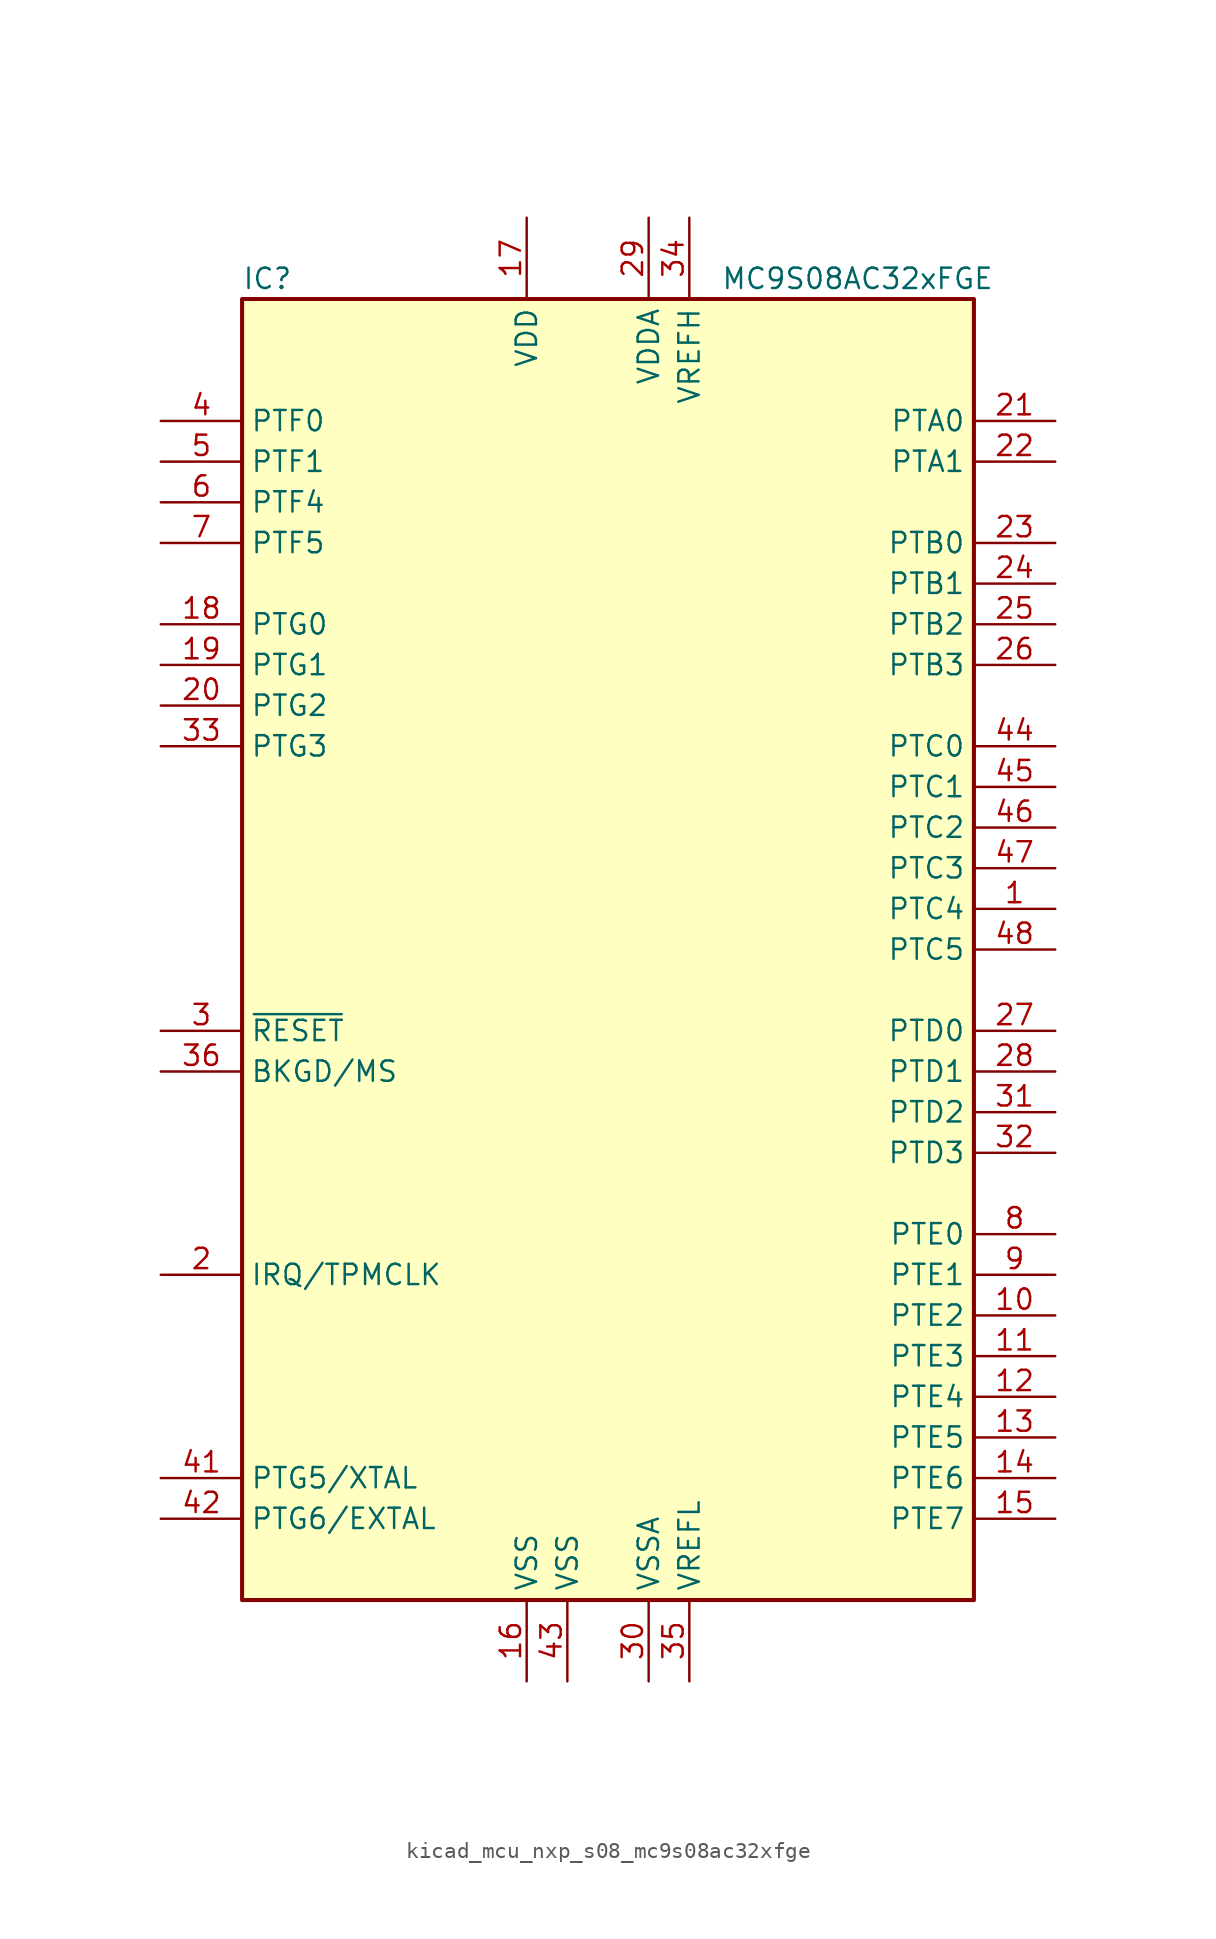
<source format=kicad_sym>
(kicad_symbol_lib
  (version 20220914)
  (generator kicad_symbol_editor)
  (symbol "kicad_mcu_nxp_s08_mc9s08ac32xfge"
    (property "Reference" "IC"
      (at -22.86 41.91 0)
      (effects (font (size 1.27 1.27)) (justify left)))
    (property "Value" "MC9S08AC32xFGE"
      (at 24.13 41.91 0)
      (effects (font (size 1.27 1.27)) (justify right)))
    (symbol "kicad_mcu_nxp_s08_mc9s08ac32xfge_0_1"
      (rectangle (start -22.86 40.64) (end 22.86 -40.64) (stroke (width 0.254) (type default)) (fill (type background))))
    (symbol "kicad_mcu_nxp_s08_mc9s08ac32xfge_1_1"
      (pin bidirectional line (at 27.94 2.54 180) (length 5.08) (name "PTC4" (effects (font (size 1.27 1.27)))) (number "1" (effects (font (size 1.27 1.27)))))
      (pin bidirectional line (at 27.94 -22.86 180) (length 5.08) (name "PTE2" (effects (font (size 1.27 1.27)))) (number "10" (effects (font (size 1.27 1.27)))))
      (pin bidirectional line (at 27.94 -25.4 180) (length 5.08) (name "PTE3" (effects (font (size 1.27 1.27)))) (number "11" (effects (font (size 1.27 1.27)))))
      (pin bidirectional line (at 27.94 -27.94 180) (length 5.08) (name "PTE4" (effects (font (size 1.27 1.27)))) (number "12" (effects (font (size 1.27 1.27)))))
      (pin bidirectional line (at 27.94 -30.48 180) (length 5.08) (name "PTE5" (effects (font (size 1.27 1.27)))) (number "13" (effects (font (size 1.27 1.27)))))
      (pin bidirectional line (at 27.94 -33.02 180) (length 5.08) (name "PTE6" (effects (font (size 1.27 1.27)))) (number "14" (effects (font (size 1.27 1.27)))))
      (pin bidirectional line (at 27.94 -35.56 180) (length 5.08) (name "PTE7" (effects (font (size 1.27 1.27)))) (number "15" (effects (font (size 1.27 1.27)))))
      (pin power_in line (at -5.08 -45.72 90) (length 5.08) (name "VSS" (effects (font (size 1.27 1.27)))) (number "16" (effects (font (size 1.27 1.27)))))
      (pin power_in line (at -5.08 45.72 270) (length 5.08) (name "VDD" (effects (font (size 1.27 1.27)))) (number "17" (effects (font (size 1.27 1.27)))))
      (pin bidirectional line (at -27.94 20.32 0) (length 5.08) (name "PTG0" (effects (font (size 1.27 1.27)))) (number "18" (effects (font (size 1.27 1.27)))))
      (pin bidirectional line (at -27.94 17.78 0) (length 5.08) (name "PTG1" (effects (font (size 1.27 1.27)))) (number "19" (effects (font (size 1.27 1.27)))))
      (pin input line (at -27.94 -20.32 0) (length 5.08) (name "IRQ/TPMCLK" (effects (font (size 1.27 1.27)))) (number "2" (effects (font (size 1.27 1.27)))))
      (pin bidirectional line (at -27.94 15.24 0) (length 5.08) (name "PTG2" (effects (font (size 1.27 1.27)))) (number "20" (effects (font (size 1.27 1.27)))))
      (pin bidirectional line (at 27.94 33.02 180) (length 5.08) (name "PTA0" (effects (font (size 1.27 1.27)))) (number "21" (effects (font (size 1.27 1.27)))))
      (pin bidirectional line (at 27.94 30.48 180) (length 5.08) (name "PTA1" (effects (font (size 1.27 1.27)))) (number "22" (effects (font (size 1.27 1.27)))))
      (pin bidirectional line (at 27.94 25.4 180) (length 5.08) (name "PTB0" (effects (font (size 1.27 1.27)))) (number "23" (effects (font (size 1.27 1.27)))))
      (pin bidirectional line (at 27.94 22.86 180) (length 5.08) (name "PTB1" (effects (font (size 1.27 1.27)))) (number "24" (effects (font (size 1.27 1.27)))))
      (pin bidirectional line (at 27.94 20.32 180) (length 5.08) (name "PTB2" (effects (font (size 1.27 1.27)))) (number "25" (effects (font (size 1.27 1.27)))))
      (pin bidirectional line (at 27.94 17.78 180) (length 5.08) (name "PTB3" (effects (font (size 1.27 1.27)))) (number "26" (effects (font (size 1.27 1.27)))))
      (pin bidirectional line (at 27.94 -5.08 180) (length 5.08) (name "PTD0" (effects (font (size 1.27 1.27)))) (number "27" (effects (font (size 1.27 1.27)))))
      (pin bidirectional line (at 27.94 -7.62 180) (length 5.08) (name "PTD1" (effects (font (size 1.27 1.27)))) (number "28" (effects (font (size 1.27 1.27)))))
      (pin power_in line (at 2.54 45.72 270) (length 5.08) (name "VDDA" (effects (font (size 1.27 1.27)))) (number "29" (effects (font (size 1.27 1.27)))))
      (pin input line (at -27.94 -5.08 0) (length 5.08) (name "~{RESET}" (effects (font (size 1.27 1.27)))) (number "3" (effects (font (size 1.27 1.27)))))
      (pin power_in line (at 2.54 -45.72 90) (length 5.08) (name "VSSA" (effects (font (size 1.27 1.27)))) (number "30" (effects (font (size 1.27 1.27)))))
      (pin bidirectional line (at 27.94 -10.16 180) (length 5.08) (name "PTD2" (effects (font (size 1.27 1.27)))) (number "31" (effects (font (size 1.27 1.27)))))
      (pin bidirectional line (at 27.94 -12.7 180) (length 5.08) (name "PTD3" (effects (font (size 1.27 1.27)))) (number "32" (effects (font (size 1.27 1.27)))))
      (pin bidirectional line (at -27.94 12.7 0) (length 5.08) (name "PTG3" (effects (font (size 1.27 1.27)))) (number "33" (effects (font (size 1.27 1.27)))))
      (pin power_in line (at 5.08 45.72 270) (length 5.08) (name "VREFH" (effects (font (size 1.27 1.27)))) (number "34" (effects (font (size 1.27 1.27)))))
      (pin power_in line (at 5.08 -45.72 90) (length 5.08) (name "VREFL" (effects (font (size 1.27 1.27)))) (number "35" (effects (font (size 1.27 1.27)))))
      (pin bidirectional line (at -27.94 -7.62 0) (length 5.08) (name "BKGD/MS" (effects (font (size 1.27 1.27)))) (number "36" (effects (font (size 1.27 1.27)))))
      (pin bidirectional line (at -27.94 33.02 0) (length 5.08) (name "PTF0" (effects (font (size 1.27 1.27)))) (number "4" (effects (font (size 1.27 1.27)))))
      (pin bidirectional line (at -27.94 -33.02 0) (length 5.08) (name "PTG5/XTAL" (effects (font (size 1.27 1.27)))) (number "41" (effects (font (size 1.27 1.27)))))
      (pin bidirectional line (at -27.94 -35.56 0) (length 5.08) (name "PTG6/EXTAL" (effects (font (size 1.27 1.27)))) (number "42" (effects (font (size 1.27 1.27)))))
      (pin power_in line (at -2.54 -45.72 90) (length 5.08) (name "VSS" (effects (font (size 1.27 1.27)))) (number "43" (effects (font (size 1.27 1.27)))))
      (pin bidirectional line (at 27.94 12.7 180) (length 5.08) (name "PTC0" (effects (font (size 1.27 1.27)))) (number "44" (effects (font (size 1.27 1.27)))))
      (pin bidirectional line (at 27.94 10.16 180) (length 5.08) (name "PTC1" (effects (font (size 1.27 1.27)))) (number "45" (effects (font (size 1.27 1.27)))))
      (pin bidirectional line (at 27.94 7.62 180) (length 5.08) (name "PTC2" (effects (font (size 1.27 1.27)))) (number "46" (effects (font (size 1.27 1.27)))))
      (pin bidirectional line (at 27.94 5.08 180) (length 5.08) (name "PTC3" (effects (font (size 1.27 1.27)))) (number "47" (effects (font (size 1.27 1.27)))))
      (pin bidirectional line (at 27.94 0 180) (length 5.08) (name "PTC5" (effects (font (size 1.27 1.27)))) (number "48" (effects (font (size 1.27 1.27)))))
      (pin bidirectional line (at -27.94 30.48 0) (length 5.08) (name "PTF1" (effects (font (size 1.27 1.27)))) (number "5" (effects (font (size 1.27 1.27)))))
      (pin bidirectional line (at -27.94 27.94 0) (length 5.08) (name "PTF4" (effects (font (size 1.27 1.27)))) (number "6" (effects (font (size 1.27 1.27)))))
      (pin bidirectional line (at -27.94 25.4 0) (length 5.08) (name "PTF5" (effects (font (size 1.27 1.27)))) (number "7" (effects (font (size 1.27 1.27)))))
      (pin bidirectional line (at 27.94 -17.78 180) (length 5.08) (name "PTE0" (effects (font (size 1.27 1.27)))) (number "8" (effects (font (size 1.27 1.27)))))
      (pin bidirectional line (at 27.94 -20.32 180) (length 5.08) (name "PTE1" (effects (font (size 1.27 1.27)))) (number "9" (effects (font (size 1.27 1.27))))))))
</source>
